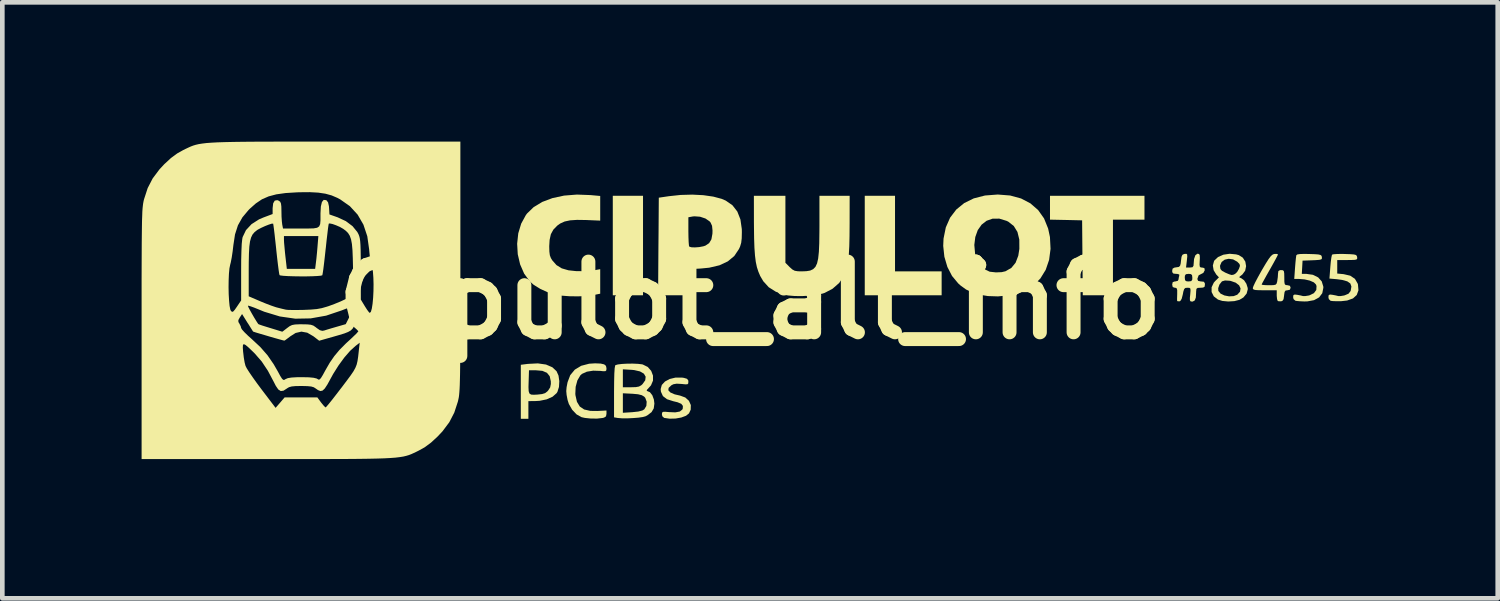
<source format=kicad_pcb>
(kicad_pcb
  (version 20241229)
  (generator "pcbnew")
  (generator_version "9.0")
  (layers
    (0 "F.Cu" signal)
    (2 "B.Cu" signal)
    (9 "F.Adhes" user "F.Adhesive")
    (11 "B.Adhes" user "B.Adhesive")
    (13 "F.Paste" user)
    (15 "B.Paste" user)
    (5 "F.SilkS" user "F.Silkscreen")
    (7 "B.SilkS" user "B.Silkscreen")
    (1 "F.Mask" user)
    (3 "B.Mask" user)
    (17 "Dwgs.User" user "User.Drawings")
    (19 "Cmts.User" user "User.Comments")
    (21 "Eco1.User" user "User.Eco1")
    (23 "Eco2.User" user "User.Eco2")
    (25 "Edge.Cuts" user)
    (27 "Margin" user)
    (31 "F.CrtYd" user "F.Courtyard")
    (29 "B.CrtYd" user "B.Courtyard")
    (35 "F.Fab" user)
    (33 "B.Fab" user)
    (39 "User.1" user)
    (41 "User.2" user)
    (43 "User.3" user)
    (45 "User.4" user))
  (footprint "Cipulot_all_info"
    (layer "F.Cu")
    (at 13.107 3.419)
    (property "Reference" "Cipulot_all_info" (at 0 0 0) (layer "F.SilkS") (effects (font (size 1.524 1.524) (thickness 0.3))))
    (attr board_only exclude_from_pos_files exclude_from_bom)
    (fp_poly (pts (xy -2.307 -0.109) (xy -2.958 -0.109) (xy -2.958 -2.252) (xy -2.307 -2.252)) (stroke (width 0) (type solid)) (fill yes) (layer "F.SilkS"))
    (fp_poly (pts (xy 3.121 -0.624) (xy 4.125 -0.624) (xy 4.125 -0.109) (xy 2.469 -0.109) (xy 2.469 -2.252) (xy 3.121 -2.252)) (stroke (width 0) (type solid)) (fill yes) (layer "F.SilkS"))
    (fp_poly (pts (xy 8.494 -1.737) (xy 7.815 -1.737) (xy 7.815 -0.109) (xy 7.165 -0.109) (xy 7.158 -0.916) (xy 7.151 -1.723) (xy 6.805 -1.731) (xy 6.459 -1.738) (xy 6.459 -2.252) (xy 8.494 -2.252)) (stroke (width 0) (type solid)) (fill yes) (layer "F.SilkS"))
    (fp_poly (pts (xy -4.396 1.383) (xy -4.258 1.443) (xy -4.169 1.527) (xy -4.127 1.621) (xy -4.11 1.741) (xy -4.117 1.865) (xy -4.15 1.97) (xy -4.168 1.999) (xy -4.255 2.076) (xy -4.382 2.133) (xy -4.534 2.164) (xy -4.62 2.169) (xy -4.776 2.171) (xy -4.776 2.551) (xy -4.939 2.551) (xy -4.939 1.868) (xy -4.774 1.868) (xy -4.77 1.955) (xy -4.754 2.006) (xy -4.718 2.03) (xy -4.659 2.034) (xy -4.582 2.03) (xy -4.482 2.019) (xy -4.417 1.999) (xy -4.369 1.963) (xy -4.35 1.942) (xy -4.307 1.876) (xy -4.292 1.802) (xy -4.293 1.743) (xy -4.317 1.634) (xy -4.376 1.561) (xy -4.474 1.519) (xy -4.608 1.507) (xy -4.763 1.506) (xy -4.77 1.734) (xy -4.774 1.868) (xy -4.939 1.868) (xy -4.939 1.388) (xy -4.788 1.369) (xy -4.573 1.358)) (stroke (width 0) (type solid)) (fill yes) (layer "F.SilkS"))
    (fp_poly (pts (xy -3.219 1.362) (xy -3.144 1.379) (xy -3.105 1.411) (xy -3.094 1.462) (xy -3.094 1.463) (xy -3.097 1.506) (xy -3.115 1.525) (xy -3.164 1.527) (xy -3.222 1.52) (xy -3.381 1.515) (xy -3.517 1.537) (xy -3.621 1.584) (xy -3.656 1.615) (xy -3.72 1.723) (xy -3.758 1.863) (xy -3.765 2.015) (xy -3.762 2.045) (xy -3.73 2.186) (xy -3.669 2.287) (xy -3.575 2.351) (xy -3.442 2.381) (xy -3.293 2.383) (xy -3.094 2.373) (xy -3.094 2.445) (xy -3.104 2.499) (xy -3.146 2.526) (xy -3.178 2.534) (xy -3.295 2.547) (xy -3.43 2.546) (xy -3.557 2.533) (xy -3.63 2.517) (xy -3.738 2.457) (xy -3.833 2.357) (xy -3.904 2.233) (xy -3.932 2.146) (xy -3.953 2.036) (xy -3.96 1.954) (xy -3.953 1.871) (xy -3.932 1.763) (xy -3.874 1.611) (xy -3.776 1.493) (xy -3.639 1.41) (xy -3.467 1.365) (xy -3.34 1.357)) (stroke (width 0) (type solid)) (fill yes) (layer "F.SilkS"))
    (fp_poly (pts (xy -1.468 1.664) (xy -1.426 1.67) (xy -1.36 1.69) (xy -1.333 1.723) (xy -1.33 1.754) (xy -1.333 1.79) (xy -1.351 1.808) (xy -1.398 1.809) (xy -1.478 1.801) (xy -1.581 1.795) (xy -1.652 1.807) (xy -1.695 1.829) (xy -1.755 1.885) (xy -1.762 1.937) (xy -1.718 1.984) (xy -1.625 2.025) (xy -1.508 2.052) (xy -1.396 2.093) (xy -1.318 2.164) (xy -1.277 2.256) (xy -1.28 2.356) (xy -1.317 2.435) (xy -1.38 2.486) (xy -1.482 2.524) (xy -1.605 2.546) (xy -1.734 2.549) (xy -1.852 2.532) (xy -1.891 2.497) (xy -1.9 2.456) (xy -1.896 2.42) (xy -1.877 2.402) (xy -1.828 2.4) (xy -1.753 2.407) (xy -1.611 2.413) (xy -1.514 2.395) (xy -1.461 2.353) (xy -1.451 2.332) (xy -1.448 2.274) (xy -1.483 2.229) (xy -1.564 2.195) (xy -1.655 2.173) (xy -1.79 2.13) (xy -1.878 2.063) (xy -1.921 1.969) (xy -1.927 1.912) (xy -1.902 1.822) (xy -1.833 1.748) (xy -1.732 1.694) (xy -1.607 1.664)) (stroke (width 0) (type solid)) (fill yes) (layer "F.SilkS"))
    (fp_poly (pts (xy -3.438 -2.267) (xy -3.229 -2.248) (xy -3.229 -1.717) (xy -3.535 -1.73) (xy -3.728 -1.733) (xy -3.878 -1.723) (xy -3.995 -1.698) (xy -4.09 -1.655) (xy -4.152 -1.611) (xy -4.238 -1.523) (xy -4.292 -1.424) (xy -4.319 -1.301) (xy -4.327 -1.164) (xy -4.324 -1.05) (xy -4.314 -0.971) (xy -4.291 -0.91) (xy -4.261 -0.861) (xy -4.171 -0.759) (xy -4.058 -0.689) (xy -3.913 -0.647) (xy -3.745 -0.629) (xy -3.616 -0.628) (xy -3.487 -0.632) (xy -3.384 -0.643) (xy -3.372 -0.645) (xy -3.229 -0.671) (xy -3.229 -0.143) (xy -3.383 -0.112) (xy -3.527 -0.093) (xy -3.703 -0.086) (xy -3.888 -0.088) (xy -4.061 -0.101) (xy -4.184 -0.121) (xy -4.353 -0.171) (xy -4.517 -0.245) (xy -4.659 -0.332) (xy -4.743 -0.405) (xy -4.867 -0.575) (xy -4.954 -0.774) (xy -5.005 -0.993) (xy -5.018 -1.219) (xy -4.994 -1.443) (xy -4.931 -1.652) (xy -4.83 -1.837) (xy -4.805 -1.87) (xy -4.663 -2.007) (xy -4.479 -2.119) (xy -4.258 -2.202) (xy -4.007 -2.256) (xy -3.731 -2.278)) (stroke (width 0) (type solid)) (fill yes) (layer "F.SilkS"))
    (fp_poly (pts (xy -1.008 -2.265) (xy -0.793 -2.234) (xy -0.613 -2.186) (xy -0.525 -2.148) (xy -0.381 -2.048) (xy -0.276 -1.913) (xy -0.209 -1.743) (xy -0.179 -1.534) (xy -0.178 -1.465) (xy -0.181 -1.335) (xy -0.192 -1.24) (xy -0.216 -1.159) (xy -0.24 -1.106) (xy -0.341 -0.955) (xy -0.481 -0.839) (xy -0.66 -0.755) (xy -0.882 -0.703) (xy -1.065 -0.685) (xy -1.33 -0.671) (xy -1.33 -0.109) (xy -1.982 -0.109) (xy -1.975 -1.16) (xy -1.972 -1.482) (xy -1.33 -1.482) (xy -1.328 -1.358) (xy -1.324 -1.255) (xy -1.318 -1.184) (xy -1.312 -1.158) (xy -1.267 -1.143) (xy -1.189 -1.14) (xy -1.096 -1.147) (xy -1.007 -1.164) (xy -0.962 -1.179) (xy -0.883 -1.232) (xy -0.834 -1.314) (xy -0.812 -1.434) (xy -0.81 -1.503) (xy -0.82 -1.605) (xy -0.852 -1.676) (xy -0.872 -1.7) (xy -0.961 -1.762) (xy -1.078 -1.801) (xy -1.2 -1.81) (xy -1.239 -1.806) (xy -1.33 -1.789) (xy -1.33 -1.482) (xy -1.972 -1.482) (xy -1.967 -2.211) (xy -1.75 -2.243) (xy -1.497 -2.27) (xy -1.246 -2.277)) (stroke (width 0) (type solid)) (fill yes) (layer "F.SilkS"))
    (fp_poly (pts (xy 0.76 -0.809) (xy 0.852 -0.716) (xy 0.909 -0.665) (xy 0.961 -0.637) (xy 1.028 -0.626) (xy 1.111 -0.624) (xy 1.212 -0.628) (xy 1.293 -0.641) (xy 1.357 -0.671) (xy 1.406 -0.72) (xy 1.442 -0.796) (xy 1.466 -0.903) (xy 1.481 -1.046) (xy 1.489 -1.23) (xy 1.492 -1.462) (xy 1.493 -1.588) (xy 1.493 -2.252) (xy 2.144 -2.252) (xy 2.143 -1.649) (xy 2.141 -1.383) (xy 2.136 -1.165) (xy 2.126 -0.987) (xy 2.11 -0.841) (xy 2.089 -0.722) (xy 2.06 -0.621) (xy 2.024 -0.532) (xy 2.019 -0.522) (xy 1.918 -0.374) (xy 1.776 -0.25) (xy 1.605 -0.16) (xy 1.563 -0.146) (xy 1.444 -0.119) (xy 1.292 -0.101) (xy 1.124 -0.092) (xy 0.96 -0.093) (xy 0.818 -0.105) (xy 0.746 -0.118) (xy 0.553 -0.186) (xy 0.401 -0.282) (xy 0.283 -0.412) (xy 0.217 -0.525) (xy 0.178 -0.617) (xy 0.146 -0.715) (xy 0.122 -0.829) (xy 0.105 -0.964) (xy 0.093 -1.13) (xy 0.086 -1.332) (xy 0.083 -1.578) (xy 0.082 -1.676) (xy 0.081 -2.252) (xy 0.76 -2.252)) (stroke (width 0) (type solid)) (fill yes) (layer "F.SilkS"))
    (fp_poly (pts (xy 12.811 -0.998) (xy 12.93 -0.994) (xy 13.006 -0.988) (xy 13.048 -0.977) (xy 13.067 -0.958) (xy 13.075 -0.93) (xy 13.075 -0.929) (xy 13.076 -0.899) (xy 13.063 -0.881) (xy 13.025 -0.872) (xy 12.951 -0.869) (xy 12.865 -0.868) (xy 12.646 -0.868) (xy 12.646 -0.577) (xy 12.783 -0.564) (xy 12.926 -0.531) (xy 13.027 -0.463) (xy 13.086 -0.361) (xy 13.092 -0.343) (xy 13.103 -0.216) (xy 13.066 -0.115) (xy 12.985 -0.041) (xy 12.859 0.004) (xy 12.733 0.018) (xy 12.632 0.019) (xy 12.549 0.016) (xy 12.503 0.01) (xy 12.465 -0.027) (xy 12.456 -0.069) (xy 12.462 -0.113) (xy 12.491 -0.125) (xy 12.544 -0.119) (xy 12.617 -0.105) (xy 12.669 -0.092) (xy 12.669 -0.092) (xy 12.718 -0.092) (xy 12.791 -0.104) (xy 12.809 -0.109) (xy 12.889 -0.143) (xy 12.932 -0.198) (xy 12.937 -0.211) (xy 12.951 -0.298) (xy 12.928 -0.363) (xy 12.862 -0.409) (xy 12.749 -0.44) (xy 12.636 -0.455) (xy 12.478 -0.469) (xy 12.497 -0.716) (xy 12.507 -0.828) (xy 12.519 -0.918) (xy 12.531 -0.974) (xy 12.536 -0.985) (xy 12.57 -0.993) (xy 12.645 -0.998) (xy 12.749 -1)) (stroke (width 0) (type solid)) (fill yes) (layer "F.SilkS"))
    (fp_poly (pts (xy 12.041 -0.998) (xy 12.163 -0.994) (xy 12.241 -0.988) (xy 12.286 -0.977) (xy 12.307 -0.96) (xy 12.315 -0.934) (xy 12.315 -0.931) (xy 12.316 -0.9) (xy 12.301 -0.882) (xy 12.259 -0.872) (xy 12.18 -0.866) (xy 12.112 -0.863) (xy 11.899 -0.855) (xy 11.891 -0.712) (xy 11.883 -0.57) (xy 11.98 -0.57) (xy 12.122 -0.55) (xy 12.235 -0.494) (xy 12.312 -0.408) (xy 12.346 -0.296) (xy 12.347 -0.271) (xy 12.324 -0.154) (xy 12.256 -0.064) (xy 12.147 -0.004) (xy 12 0.023) (xy 11.934 0.024) (xy 11.843 0.02) (xy 11.769 0.013) (xy 11.743 0.008) (xy 11.705 -0.027) (xy 11.696 -0.069) (xy 11.702 -0.113) (xy 11.731 -0.125) (xy 11.784 -0.119) (xy 11.857 -0.105) (xy 11.909 -0.092) (xy 11.909 -0.092) (xy 11.957 -0.092) (xy 12.032 -0.104) (xy 12.053 -0.11) (xy 12.144 -0.155) (xy 12.195 -0.224) (xy 12.2 -0.308) (xy 12.188 -0.341) (xy 12.142 -0.387) (xy 12.055 -0.425) (xy 11.943 -0.451) (xy 11.819 -0.461) (xy 11.72 -0.461) (xy 11.737 -0.699) (xy 11.746 -0.81) (xy 11.755 -0.902) (xy 11.763 -0.961) (xy 11.765 -0.971) (xy 11.786 -0.988) (xy 11.841 -0.997) (xy 11.936 -1)) (stroke (width 0) (type solid)) (fill yes) (layer "F.SilkS"))
    (fp_poly (pts (xy 5.601 -2.258) (xy 5.836 -2.194) (xy 6.037 -2.089) (xy 6.203 -1.945) (xy 6.331 -1.764) (xy 6.419 -1.546) (xy 6.458 -1.363) (xy 6.471 -1.109) (xy 6.44 -0.872) (xy 6.367 -0.658) (xy 6.252 -0.471) (xy 6.1 -0.318) (xy 5.947 -0.219) (xy 5.77 -0.151) (xy 5.561 -0.106) (xy 5.339 -0.085) (xy 5.122 -0.092) (xy 4.952 -0.12) (xy 4.786 -0.171) (xy 4.652 -0.233) (xy 4.533 -0.319) (xy 4.482 -0.365) (xy 4.349 -0.525) (xy 4.249 -0.719) (xy 4.184 -0.939) (xy 4.159 -1.173) (xy 4.16 -1.193) (xy 4.829 -1.193) (xy 4.846 -1.002) (xy 4.861 -0.934) (xy 4.905 -0.835) (xy 4.979 -0.739) (xy 5.068 -0.661) (xy 5.157 -0.618) (xy 5.166 -0.616) (xy 5.294 -0.602) (xy 5.417 -0.607) (xy 5.5 -0.626) (xy 5.627 -0.699) (xy 5.718 -0.81) (xy 5.776 -0.961) (xy 5.799 -1.108) (xy 5.798 -1.309) (xy 5.758 -1.473) (xy 5.679 -1.601) (xy 5.561 -1.694) (xy 5.524 -1.712) (xy 5.367 -1.76) (xy 5.222 -1.759) (xy 5.094 -1.714) (xy 4.986 -1.63) (xy 4.903 -1.512) (xy 4.85 -1.364) (xy 4.829 -1.193) (xy 4.16 -1.193) (xy 4.166 -1.33) (xy 4.215 -1.571) (xy 4.307 -1.78) (xy 4.44 -1.955) (xy 4.61 -2.094) (xy 4.817 -2.196) (xy 5.059 -2.258) (xy 5.332 -2.279) (xy 5.335 -2.279)) (stroke (width 0) (type solid)) (fill yes) (layer "F.SilkS"))
    (fp_poly (pts (xy 11.37 -0.988) (xy 11.357 -0.959) (xy 11.322 -0.892) (xy 11.27 -0.797) (xy 11.206 -0.683) (xy 11.194 -0.662) (xy 11.128 -0.546) (xy 11.074 -0.448) (xy 11.035 -0.377) (xy 11.018 -0.342) (xy 11.018 -0.34) (xy 11.042 -0.332) (xy 11.106 -0.327) (xy 11.177 -0.326) (xy 11.266 -0.327) (xy 11.316 -0.336) (xy 11.339 -0.359) (xy 11.352 -0.403) (xy 11.353 -0.41) (xy 11.366 -0.5) (xy 11.37 -0.573) (xy 11.378 -0.63) (xy 11.412 -0.65) (xy 11.438 -0.651) (xy 11.476 -0.648) (xy 11.496 -0.629) (xy 11.504 -0.582) (xy 11.506 -0.494) (xy 11.506 -0.488) (xy 11.507 -0.398) (xy 11.515 -0.35) (xy 11.535 -0.33) (xy 11.571 -0.326) (xy 11.574 -0.326) (xy 11.627 -0.313) (xy 11.642 -0.271) (xy 11.625 -0.228) (xy 11.575 -0.217) (xy 11.533 -0.211) (xy 11.512 -0.181) (xy 11.502 -0.114) (xy 11.501 -0.102) (xy 11.49 -0.025) (xy 11.466 0.011) (xy 11.437 0.021) (xy 11.383 0.02) (xy 11.362 0.01) (xy 11.35 -0.027) (xy 11.343 -0.096) (xy 11.343 -0.113) (xy 11.343 -0.217) (xy 11.085 -0.217) (xy 10.965 -0.218) (xy 10.889 -0.222) (xy 10.847 -0.232) (xy 10.83 -0.248) (xy 10.828 -0.266) (xy 10.841 -0.306) (xy 10.877 -0.383) (xy 10.931 -0.486) (xy 10.998 -0.607) (xy 11.024 -0.653) (xy 11.104 -0.788) (xy 11.164 -0.883) (xy 11.209 -0.944) (xy 11.246 -0.98) (xy 11.279 -0.996) (xy 11.296 -0.999) (xy 11.35 -0.999)) (stroke (width 0) (type solid)) (fill yes) (layer "F.SilkS"))
    (fp_poly (pts (xy -2.415 1.368) (xy -2.33 1.378) (xy -2.312 1.382) (xy -2.205 1.435) (xy -2.131 1.519) (xy -2.092 1.621) (xy -2.092 1.729) (xy -2.135 1.831) (xy -2.174 1.875) (xy -2.223 1.928) (xy -2.226 1.952) (xy -2.216 1.954) (xy -2.158 1.979) (xy -2.107 2.044) (xy -2.073 2.136) (xy -2.062 2.224) (xy -2.076 2.328) (xy -2.123 2.408) (xy -2.212 2.476) (xy -2.251 2.497) (xy -2.309 2.513) (xy -2.405 2.527) (xy -2.523 2.536) (xy -2.647 2.542) (xy -2.761 2.541) (xy -2.849 2.534) (xy -2.856 2.533) (xy -2.931 2.52) (xy -2.931 2.002) (xy -2.741 2.002) (xy -2.741 2.422) (xy -2.537 2.409) (xy -2.407 2.395) (xy -2.321 2.373) (xy -2.279 2.347) (xy -2.235 2.274) (xy -2.228 2.184) (xy -2.258 2.101) (xy -2.282 2.074) (xy -2.334 2.043) (xy -2.415 2.023) (xy -2.537 2.012) (xy -2.54 2.012) (xy -2.741 2.002) (xy -2.931 2.002) (xy -2.931 1.967) (xy -2.929 1.747) (xy -2.925 1.58) (xy -2.919 1.486) (xy -2.741 1.486) (xy -2.741 1.872) (xy -2.563 1.872) (xy -2.461 1.869) (xy -2.395 1.857) (xy -2.347 1.831) (xy -2.319 1.806) (xy -2.259 1.722) (xy -2.25 1.645) (xy -2.288 1.58) (xy -2.372 1.531) (xy -2.498 1.502) (xy -2.553 1.497) (xy -2.741 1.486) (xy -2.919 1.486) (xy -2.918 1.467) (xy -2.907 1.406) (xy -2.901 1.396) (xy -2.849 1.381) (xy -2.759 1.37) (xy -2.646 1.364) (xy -2.526 1.363)) (stroke (width 0) (type solid)) (fill yes) (layer "F.SilkS"))
    (fp_poly (pts (xy 10.468 -0.99) (xy 10.526 -0.974) (xy 10.612 -0.919) (xy 10.666 -0.834) (xy 10.683 -0.736) (xy 10.663 -0.638) (xy 10.603 -0.557) (xy 10.591 -0.548) (xy 10.544 -0.511) (xy 10.538 -0.493) (xy 10.572 -0.479) (xy 10.579 -0.476) (xy 10.639 -0.433) (xy 10.689 -0.357) (xy 10.717 -0.268) (xy 10.719 -0.238) (xy 10.694 -0.145) (xy 10.625 -0.062) (xy 10.54 -0.011) (xy 10.43 0.017) (xy 10.299 0.025) (xy 10.172 0.013) (xy 10.078 -0.016) (xy 9.987 -0.086) (xy 9.94 -0.179) (xy 9.94 -0.263) (xy 10.082 -0.263) (xy 10.085 -0.203) (xy 10.133 -0.145) (xy 10.216 -0.105) (xy 10.316 -0.086) (xy 10.415 -0.091) (xy 10.493 -0.121) (xy 10.552 -0.186) (xy 10.564 -0.257) (xy 10.532 -0.324) (xy 10.46 -0.38) (xy 10.354 -0.417) (xy 10.329 -0.422) (xy 10.229 -0.428) (xy 10.167 -0.41) (xy 10.16 -0.405) (xy 10.109 -0.34) (xy 10.082 -0.263) (xy 9.94 -0.263) (xy 9.94 -0.281) (xy 9.987 -0.381) (xy 10.015 -0.413) (xy 10.098 -0.495) (xy 10.042 -0.554) (xy 9.984 -0.648) (xy 9.97 -0.73) (xy 10.122 -0.73) (xy 10.13 -0.675) (xy 10.162 -0.637) (xy 10.231 -0.599) (xy 10.237 -0.596) (xy 10.319 -0.561) (xy 10.369 -0.546) (xy 10.407 -0.551) (xy 10.446 -0.569) (xy 10.49 -0.611) (xy 10.529 -0.678) (xy 10.53 -0.681) (xy 10.551 -0.742) (xy 10.541 -0.782) (xy 10.496 -0.828) (xy 10.492 -0.832) (xy 10.403 -0.882) (xy 10.309 -0.895) (xy 10.222 -0.876) (xy 10.156 -0.826) (xy 10.123 -0.751) (xy 10.122 -0.73) (xy 9.97 -0.73) (xy 9.967 -0.752) (xy 9.993 -0.847) (xy 9.999 -0.857) (xy 10.079 -0.933) (xy 10.194 -0.983) (xy 10.328 -1.003)) (stroke (width 0) (type solid)) (fill yes) (layer "F.SilkS"))
    (fp_poly (pts (xy 9.67 -0.998) (xy 9.684 -0.972) (xy 9.687 -0.913) (xy 9.684 -0.855) (xy 9.68 -0.769) (xy 9.686 -0.725) (xy 9.706 -0.708) (xy 9.737 -0.706) (xy 9.784 -0.695) (xy 9.792 -0.652) (xy 9.791 -0.645) (xy 9.762 -0.591) (xy 9.729 -0.574) (xy 9.661 -0.539) (xy 9.635 -0.468) (xy 9.634 -0.455) (xy 9.65 -0.419) (xy 9.707 -0.407) (xy 9.715 -0.407) (xy 9.773 -0.4) (xy 9.794 -0.369) (xy 9.796 -0.339) (xy 9.789 -0.293) (xy 9.757 -0.275) (xy 9.701 -0.271) (xy 9.64 -0.268) (xy 9.613 -0.247) (xy 9.607 -0.193) (xy 9.606 -0.165) (xy 9.6 -0.059) (xy 9.577 0.002) (xy 9.534 0.026) (xy 9.518 0.027) (xy 9.487 0.022) (xy 9.473 -0.001) (xy 9.472 -0.055) (xy 9.479 -0.122) (xy 9.486 -0.207) (xy 9.483 -0.252) (xy 9.463 -0.269) (xy 9.422 -0.271) (xy 9.419 -0.271) (xy 9.375 -0.267) (xy 9.349 -0.243) (xy 9.331 -0.188) (xy 9.32 -0.129) (xy 9.296 -0.035) (xy 9.267 0.013) (xy 9.247 0.022) (xy 9.206 0.019) (xy 9.197 0.009) (xy 9.196 -0.03) (xy 9.198 -0.102) (xy 9.199 -0.142) (xy 9.199 -0.221) (xy 9.188 -0.259) (xy 9.16 -0.271) (xy 9.147 -0.271) (xy 9.103 -0.286) (xy 9.091 -0.339) (xy 9.091 -0.339) (xy 9.102 -0.391) (xy 9.146 -0.407) (xy 9.159 -0.407) (xy 9.212 -0.42) (xy 9.226 -0.446) (xy 9.233 -0.488) (xy 9.362 -0.488) (xy 9.369 -0.431) (xy 9.401 -0.41) (xy 9.444 -0.407) (xy 9.501 -0.414) (xy 9.523 -0.445) (xy 9.525 -0.488) (xy 9.518 -0.546) (xy 9.487 -0.567) (xy 9.444 -0.57) (xy 9.386 -0.563) (xy 9.365 -0.531) (xy 9.362 -0.488) (xy 9.233 -0.488) (xy 9.236 -0.505) (xy 9.243 -0.527) (xy 9.243 -0.557) (xy 9.203 -0.569) (xy 9.175 -0.57) (xy 9.116 -0.577) (xy 9.093 -0.606) (xy 9.091 -0.636) (xy 9.1 -0.683) (xy 9.14 -0.705) (xy 9.179 -0.711) (xy 9.232 -0.719) (xy 9.26 -0.742) (xy 9.274 -0.793) (xy 9.281 -0.855) (xy 9.292 -0.937) (xy 9.311 -0.98) (xy 9.345 -0.997) (xy 9.359 -1) (xy 9.396 -1.002) (xy 9.413 -0.988) (xy 9.416 -0.945) (xy 9.407 -0.86) (xy 9.407 -0.857) (xy 9.389 -0.706) (xy 9.47 -0.706) (xy 9.529 -0.713) (xy 9.55 -0.744) (xy 9.552 -0.77) (xy 9.562 -0.89) (xy 9.589 -0.969) (xy 9.631 -1.003) (xy 9.639 -1.004)) (stroke (width 0) (type solid)) (fill yes) (layer "F.SilkS"))
    (fp_poly (pts (xy -6.241 -0.723) (xy -6.241 -0.28) (xy -6.242 0.112) (xy -6.242 0.456) (xy -6.242 0.757) (xy -6.243 1.017) (xy -6.244 1.239) (xy -6.246 1.428) (xy -6.248 1.586) (xy -6.251 1.717) (xy -6.254 1.824) (xy -6.258 1.911) (xy -6.263 1.982) (xy -6.268 2.038) (xy -6.274 2.085) (xy -6.282 2.124) (xy -6.29 2.161) (xy -6.295 2.182) (xy -6.372 2.418) (xy -6.479 2.625) (xy -6.625 2.82) (xy -6.73 2.932) (xy -6.874 3.065) (xy -7.009 3.165) (xy -7.137 3.236) (xy -7.195 3.265) (xy -7.248 3.29) (xy -7.299 3.313) (xy -7.351 3.333) (xy -7.408 3.35) (xy -7.472 3.365) (xy -7.548 3.377) (xy -7.639 3.388) (xy -7.748 3.396) (xy -7.879 3.403) (xy -8.034 3.408) (xy -8.218 3.412) (xy -8.434 3.415) (xy -8.685 3.417) (xy -8.975 3.418) (xy -9.306 3.419) (xy -9.683 3.419) (xy -10.109 3.419) (xy -10.4 3.419) (xy -13.107 3.419) (xy -13.107 1.019) (xy -10.927 1.019) (xy -10.92 1.115) (xy -10.919 1.118) (xy -10.906 1.232) (xy -10.888 1.338) (xy -10.869 1.411) (xy -10.843 1.463) (xy -10.789 1.548) (xy -10.713 1.659) (xy -10.622 1.786) (xy -10.529 1.911) (xy -10.221 2.316) (xy -10.123 2.203) (xy -10.026 2.09) (xy -9.674 2.09) (xy -9.321 2.091) (xy -9.242 2.199) (xy -9.192 2.261) (xy -9.154 2.3) (xy -9.143 2.307) (xy -9.122 2.286) (xy -9.073 2.228) (xy -9.002 2.14) (xy -8.915 2.028) (xy -8.816 1.899) (xy -8.797 1.875) (xy -8.687 1.729) (xy -8.604 1.617) (xy -8.544 1.529) (xy -8.503 1.455) (xy -8.475 1.385) (xy -8.457 1.309) (xy -8.443 1.217) (xy -8.43 1.099) (xy -8.426 1.06) (xy -8.409 0.913) (xy -8.499 0.982) (xy -8.615 1.087) (xy -8.74 1.231) (xy -8.865 1.402) (xy -8.981 1.586) (xy -9.032 1.679) (xy -9.104 1.811) (xy -9.161 1.898) (xy -9.209 1.944) (xy -9.256 1.954) (xy -9.308 1.933) (xy -9.355 1.9) (xy -9.399 1.872) (xy -9.454 1.856) (xy -9.536 1.848) (xy -9.657 1.845) (xy -9.667 1.845) (xy -9.791 1.847) (xy -9.875 1.855) (xy -9.932 1.871) (xy -9.976 1.897) (xy -9.979 1.9) (xy -10.051 1.946) (xy -10.11 1.954) (xy -10.163 1.92) (xy -10.217 1.841) (xy -10.259 1.759) (xy -10.387 1.517) (xy -10.521 1.316) (xy -10.669 1.146) (xy -10.701 1.114) (xy -10.8 1.019) (xy -10.867 0.962) (xy -10.906 0.943) (xy -10.924 0.962) (xy -10.927 1.019) (xy -13.107 1.019) (xy -13.107 0.723) (xy -13.107 0.426) (xy -11.023 0.426) (xy -11.022 0.467) (xy -11.002 0.499) (xy -10.972 0.559) (xy -10.963 0.596) (xy -10.943 0.63) (xy -10.89 0.689) (xy -10.813 0.764) (xy -10.739 0.83) (xy -10.55 1.006) (xy -10.396 1.182) (xy -10.262 1.377) (xy -10.176 1.526) (xy -10.122 1.626) (xy -10.084 1.686) (xy -10.058 1.712) (xy -10.033 1.713) (xy -10.005 1.696) (xy -9.958 1.676) (xy -9.879 1.663) (xy -9.761 1.656) (xy -9.66 1.655) (xy -9.506 1.658) (xy -9.401 1.668) (xy -9.336 1.684) (xy -9.321 1.693) (xy -9.295 1.708) (xy -9.271 1.703) (xy -9.243 1.672) (xy -9.203 1.607) (xy -9.146 1.502) (xy -9.053 1.341) (xy -8.956 1.201) (xy -8.845 1.068) (xy -8.706 0.928) (xy -8.597 0.828) (xy -8.481 0.717) (xy -8.41 0.634) (xy -8.385 0.58) (xy -8.385 0.578) (xy -8.374 0.524) (xy -8.358 0.502) (xy -8.332 0.459) (xy -8.351 0.394) (xy -8.369 0.366) (xy -8.39 0.343) (xy -8.41 0.346) (xy -8.437 0.381) (xy -8.478 0.457) (xy -8.492 0.484) (xy -8.529 0.556) (xy -8.562 0.609) (xy -8.602 0.649) (xy -8.658 0.681) (xy -8.739 0.713) (xy -8.854 0.748) (xy -8.989 0.787) (xy -9.282 0.87) (xy -9.407 0.774) (xy -9.539 0.697) (xy -9.665 0.674) (xy -9.79 0.703) (xy -9.902 0.774) (xy -9.969 0.825) (xy -10.017 0.86) (xy -10.033 0.868) (xy -10.063 0.861) (xy -10.133 0.842) (xy -10.229 0.815) (xy -10.341 0.783) (xy -10.455 0.749) (xy -10.561 0.718) (xy -10.645 0.693) (xy -10.696 0.676) (xy -10.706 0.672) (xy -10.722 0.647) (xy -10.759 0.588) (xy -10.811 0.505) (xy -10.828 0.48) (xy -10.943 0.295) (xy -10.992 0.369) (xy -11.023 0.426) (xy -13.107 0.426) (xy -13.107 0.28) (xy -13.107 -0.112) (xy -13.107 -0.282) (xy -11.234 -0.282) (xy -11.231 -0.132) (xy -11.223 0.006) (xy -11.212 0.12) (xy -11.196 0.2) (xy -11.183 0.227) (xy -11.159 0.248) (xy -11.135 0.242) (xy -11.1 0.203) (xy -11.054 0.137) (xy -11.04 0.116) (xy -10.817 0.116) (xy -10.809 0.142) (xy -10.779 0.201) (xy -10.734 0.282) (xy -10.682 0.372) (xy -10.629 0.458) (xy -10.594 0.511) (xy -10.566 0.523) (xy -10.499 0.546) (xy -10.402 0.576) (xy -10.334 0.597) (xy -10.226 0.63) (xy -10.141 0.656) (xy -10.089 0.672) (xy -10.078 0.676) (xy -10.057 0.662) (xy -10.008 0.624) (xy -9.973 0.597) (xy -9.917 0.556) (xy -9.866 0.532) (xy -9.802 0.52) (xy -9.709 0.516) (xy -9.65 0.516) (xy -9.537 0.518) (xy -9.462 0.526) (xy -9.408 0.544) (xy -9.359 0.577) (xy -9.337 0.595) (xy -9.268 0.643) (xy -9.215 0.657) (xy -9.174 0.65) (xy -9.114 0.631) (xy -9.021 0.603) (xy -8.914 0.572) (xy -8.907 0.57) (xy -8.71 0.513) (xy -8.614 0.322) (xy -8.57 0.231) (xy -8.539 0.161) (xy -8.527 0.123) (xy -8.527 0.12) (xy -8.555 0.126) (xy -8.621 0.149) (xy -8.716 0.185) (xy -8.797 0.217) (xy -9.133 0.33) (xy -9.466 0.389) (xy -9.797 0.395) (xy -10.13 0.347) (xy -10.466 0.245) (xy -10.578 0.199) (xy -10.679 0.158) (xy -10.759 0.129) (xy -10.808 0.115) (xy -10.817 0.116) (xy -11.04 0.116) (xy -10.963 0.002) (xy -10.963 -0.087) (xy -10.8 -0.087) (xy -10.549 0.021) (xy -10.427 0.071) (xy -10.308 0.116) (xy -10.211 0.149) (xy -10.176 0.158) (xy -10.09 0.18) (xy -10.017 0.197) (xy -10 0.201) (xy -9.952 0.206) (xy -9.863 0.208) (xy -9.746 0.208) (xy -9.62 0.206) (xy -9.459 0.199) (xy -9.333 0.188) (xy -9.226 0.168) (xy -9.118 0.137) (xy -9.083 0.126) (xy -8.955 0.079) (xy -8.821 0.024) (xy -8.71 -0.028) (xy -8.708 -0.028) (xy -8.545 -0.111) (xy -8.553 -0.686) (xy -8.558 -0.907) (xy -8.565 -1.08) (xy -8.577 -1.213) (xy -8.596 -1.315) (xy -8.624 -1.392) (xy -8.661 -1.451) (xy -8.711 -1.5) (xy -8.765 -1.54) (xy -8.834 -1.58) (xy -8.917 -1.616) (xy -8.995 -1.644) (xy -9.054 -1.656) (xy -9.075 -1.653) (xy -9.081 -1.624) (xy -9.092 -1.549) (xy -9.105 -1.437) (xy -9.122 -1.295) (xy -9.139 -1.133) (xy -9.143 -1.103) (xy -9.161 -0.937) (xy -9.178 -0.79) (xy -9.193 -0.669) (xy -9.206 -0.583) (xy -9.214 -0.542) (xy -9.215 -0.54) (xy -9.246 -0.531) (xy -9.321 -0.524) (xy -9.428 -0.519) (xy -9.556 -0.516) (xy -9.693 -0.516) (xy -9.829 -0.518) (xy -9.953 -0.522) (xy -10.052 -0.528) (xy -10.117 -0.536) (xy -10.136 -0.543) (xy -10.144 -0.578) (xy -10.156 -0.657) (xy -10.171 -0.774) (xy -10.188 -0.918) (xy -10.206 -1.082) (xy -10.208 -1.106) (xy -10.226 -1.271) (xy -10.23 -1.304) (xy -10.041 -1.304) (xy -10.038 -1.242) (xy -10.029 -1.143) (xy -10.018 -1.023) (xy -10.01 -0.951) (xy -9.979 -0.678) (xy -9.369 -0.678) (xy -9.353 -0.807) (xy -9.342 -0.898) (xy -9.33 -1.019) (xy -9.319 -1.146) (xy -9.318 -1.16) (xy -9.3 -1.384) (xy -10.041 -1.384) (xy -10.041 -1.304) (xy -10.23 -1.304) (xy -10.242 -1.416) (xy -10.256 -1.533) (xy -10.267 -1.614) (xy -10.273 -1.651) (xy -10.274 -1.652) (xy -10.305 -1.651) (xy -10.368 -1.631) (xy -10.449 -1.599) (xy -10.532 -1.561) (xy -10.602 -1.524) (xy -10.62 -1.512) (xy -10.675 -1.468) (xy -10.718 -1.417) (xy -10.749 -1.353) (xy -10.772 -1.268) (xy -10.787 -1.155) (xy -10.795 -1.007) (xy -10.799 -0.816) (xy -10.8 -0.661) (xy -10.8 -0.087) (xy -10.963 -0.087) (xy -10.963 -0.627) (xy -10.962 -0.867) (xy -10.957 -1.065) (xy -10.95 -1.218) (xy -10.939 -1.322) (xy -10.931 -1.362) (xy -10.859 -1.512) (xy -10.739 -1.641) (xy -10.578 -1.744) (xy -10.487 -1.783) (xy -10.285 -1.859) (xy -10.285 -1.984) (xy -10.273 -2.09) (xy -10.239 -2.148) (xy -10.185 -2.158) (xy -10.151 -2.145) (xy -10.121 -2.122) (xy -10.105 -2.085) (xy -10.097 -2.02) (xy -10.095 -1.916) (xy -10.093 -1.803) (xy -10.086 -1.701) (xy -10.078 -1.632) (xy -10.061 -1.547) (xy -9.674 -1.547) (xy -9.515 -1.547) (xy -9.402 -1.55) (xy -9.327 -1.563) (xy -9.283 -1.592) (xy -9.261 -1.642) (xy -9.254 -1.722) (xy -9.254 -1.835) (xy -9.254 -1.874) (xy -9.246 -2.021) (xy -9.223 -2.118) (xy -9.185 -2.164) (xy -9.133 -2.158) (xy -9.126 -2.155) (xy -9.091 -2.111) (xy -9.072 -2.027) (xy -9.069 -1.987) (xy -9.061 -1.85) (xy -8.884 -1.788) (xy -8.708 -1.706) (xy -8.564 -1.598) (xy -8.461 -1.472) (xy -8.436 -1.426) (xy -8.42 -1.385) (xy -8.408 -1.338) (xy -8.399 -1.276) (xy -8.393 -1.192) (xy -8.389 -1.079) (xy -8.387 -0.929) (xy -8.386 -0.735) (xy -8.386 -0.666) (xy -8.385 -0.016) (xy -8.298 0.128) (xy -8.25 0.203) (xy -8.211 0.255) (xy -8.192 0.271) (xy -8.168 0.246) (xy -8.148 0.176) (xy -8.132 0.072) (xy -8.12 -0.056) (xy -8.113 -0.198) (xy -8.111 -0.345) (xy -8.115 -0.486) (xy -8.124 -0.611) (xy -8.14 -0.711) (xy -8.152 -0.752) (xy -8.172 -0.827) (xy -8.19 -0.936) (xy -8.203 -1.06) (xy -8.206 -1.099) (xy -8.246 -1.381) (xy -8.329 -1.63) (xy -8.454 -1.846) (xy -8.621 -2.028) (xy -8.829 -2.174) (xy -8.888 -2.206) (xy -9.014 -2.26) (xy -9.148 -2.297) (xy -9.302 -2.32) (xy -9.486 -2.33) (xy -9.71 -2.328) (xy -9.763 -2.326) (xy -10.005 -2.311) (xy -10.205 -2.283) (xy -10.371 -2.239) (xy -10.515 -2.176) (xy -10.646 -2.088) (xy -10.776 -1.973) (xy -10.803 -1.946) (xy -10.936 -1.787) (xy -11.032 -1.616) (xy -11.095 -1.42) (xy -11.13 -1.191) (xy -11.146 -1.055) (xy -11.166 -0.922) (xy -11.187 -0.814) (xy -11.198 -0.772) (xy -11.215 -0.689) (xy -11.226 -0.572) (xy -11.232 -0.432) (xy -11.234 -0.282) (xy -13.107 -0.282) (xy -13.107 -0.456) (xy -13.106 -0.757) (xy -13.105 -1.017) (xy -13.104 -1.239) (xy -13.102 -1.428) (xy -13.1 -1.586) (xy -13.098 -1.717) (xy -13.094 -1.824) (xy -13.091 -1.911) (xy -13.086 -1.982) (xy -13.08 -2.038) (xy -13.074 -2.085) (xy -13.067 -2.124) (xy -13.059 -2.161) (xy -13.053 -2.182) (xy -12.976 -2.418) (xy -12.869 -2.625) (xy -12.723 -2.82) (xy -12.619 -2.932) (xy -12.475 -3.065) (xy -12.339 -3.165) (xy -12.212 -3.236) (xy -12.153 -3.265) (xy -12.1 -3.29) (xy -12.049 -3.313) (xy -11.997 -3.333) (xy -11.941 -3.35) (xy -11.876 -3.365) (xy -11.8 -3.377) (xy -11.709 -3.388) (xy -11.6 -3.396) (xy -11.47 -3.403) (xy -11.314 -3.408) (xy -11.13 -3.412) (xy -10.914 -3.415) (xy -10.663 -3.417) (xy -10.374 -3.418) (xy -10.042 -3.419) (xy -9.665 -3.419) (xy -9.24 -3.419) (xy -8.948 -3.419) (xy -6.241 -3.419)) (stroke (width 0) (type solid)) (fill yes) (layer "F.SilkS")))
  (gr_rect
    (start -3 -3)
    (end 29.21 9.838)
    (stroke (width 0.1) (type default))
    (fill no)
    (layer "Edge.Cuts")))
</source>
